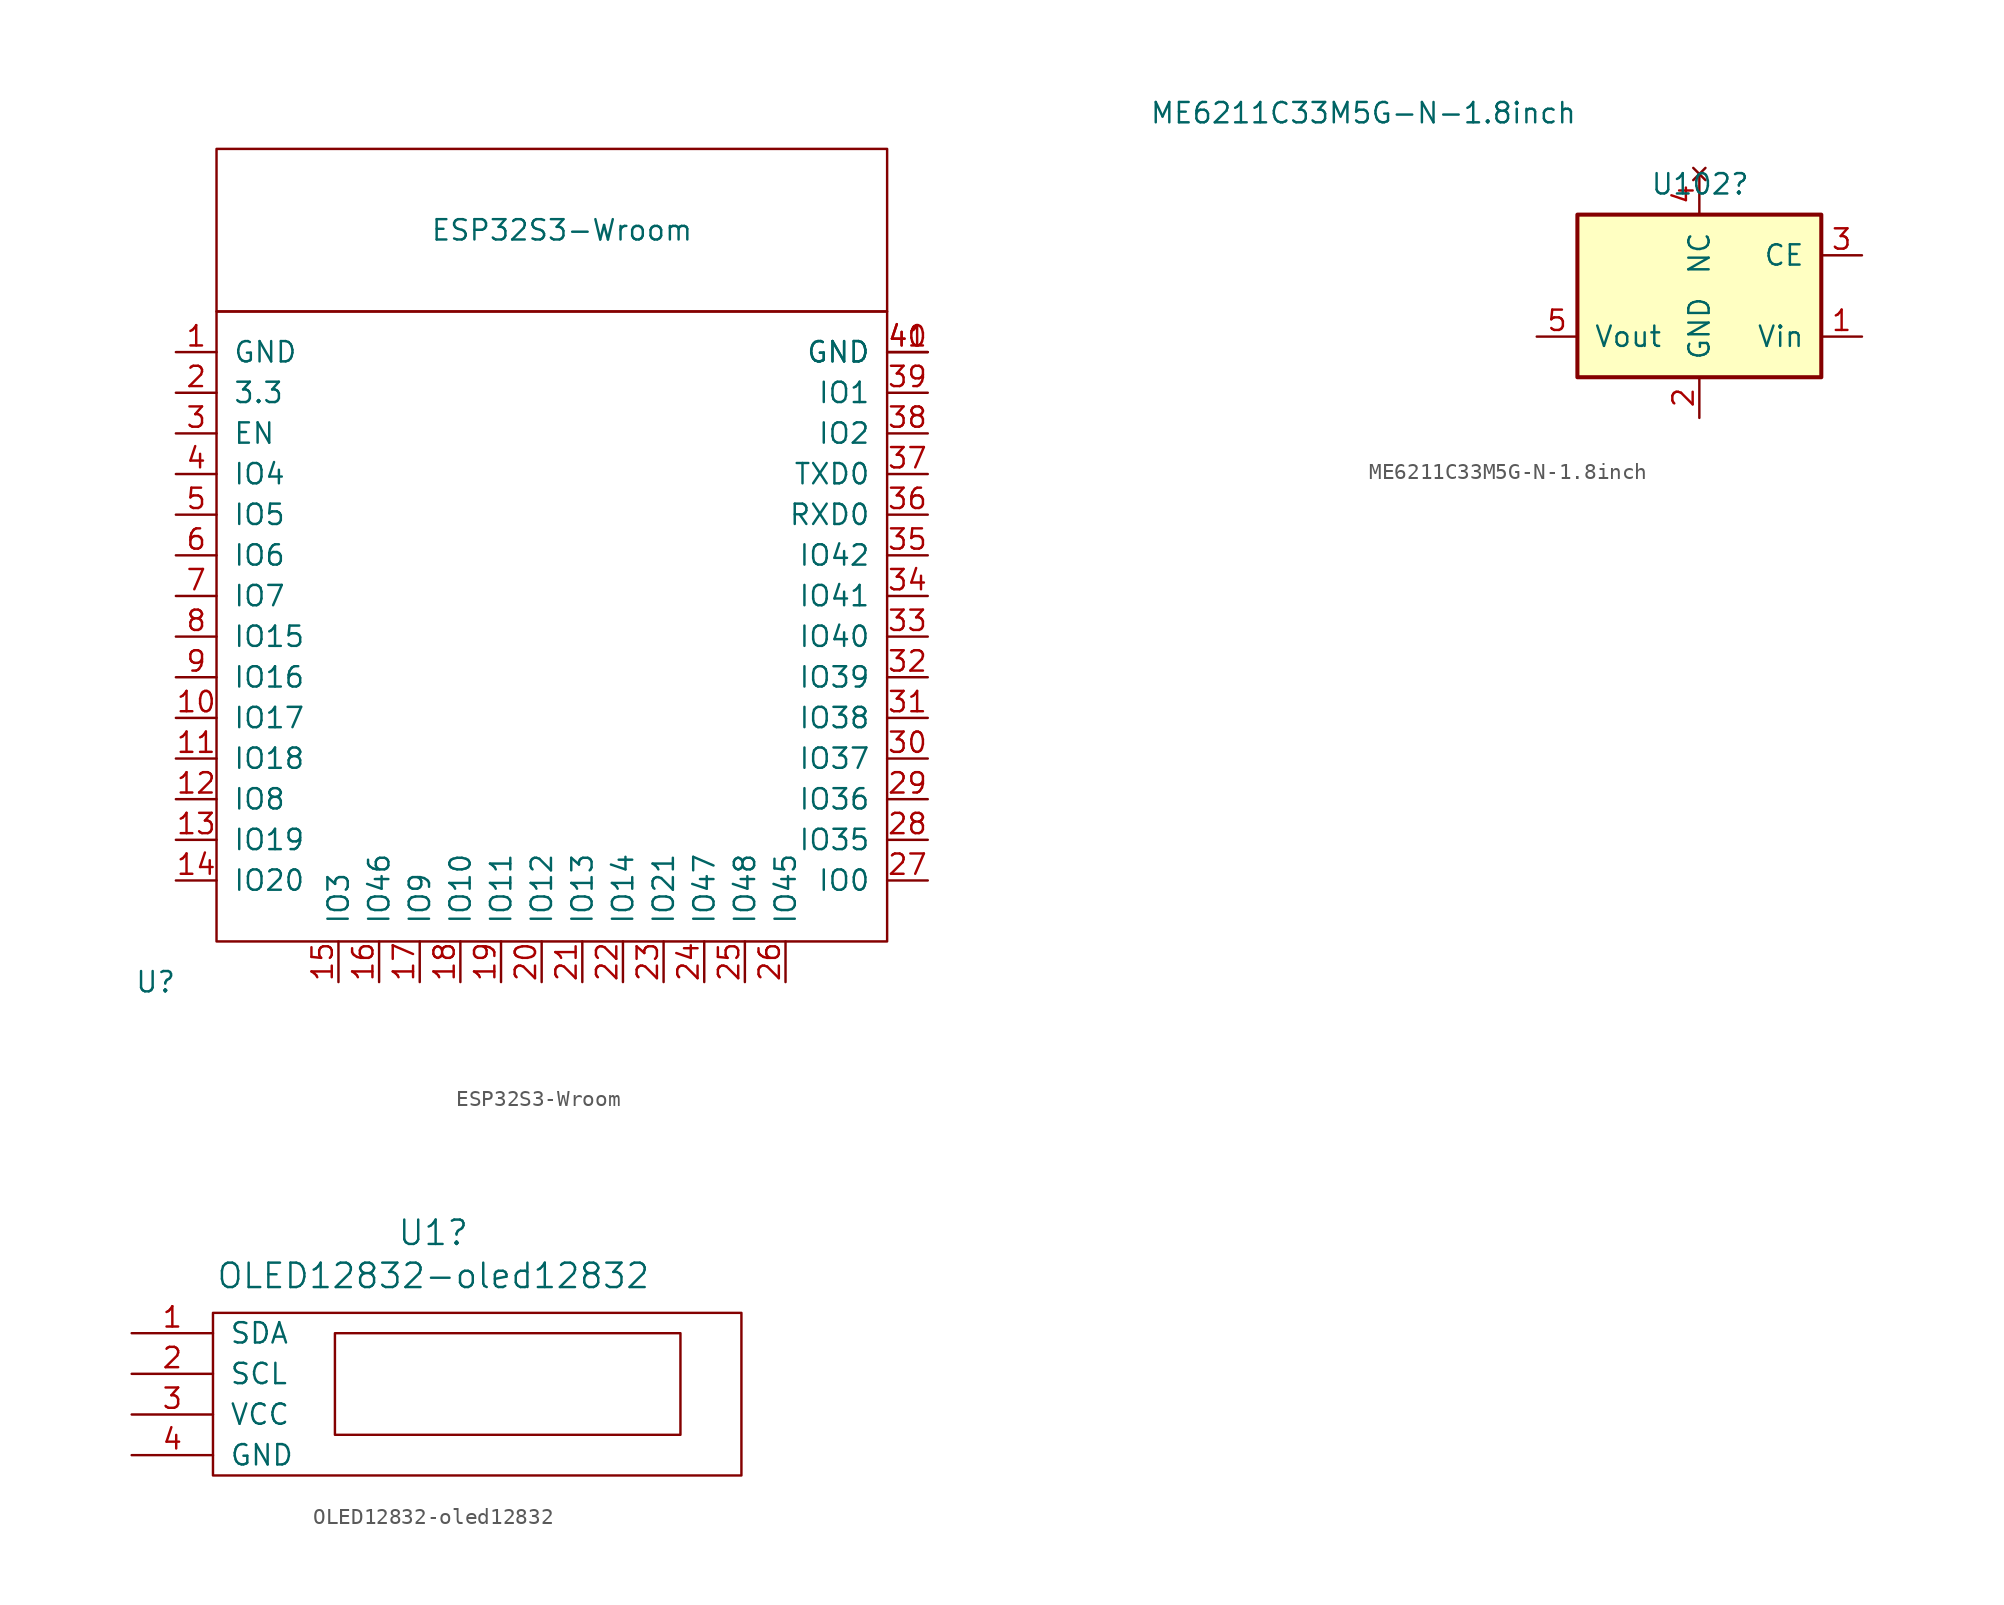
<source format=kicad_sym>
(kicad_symbol_lib
  (version 20211014)
  (generator kicad_symbol_editor)
  (symbol "ESP32S3-Wroom"
    (pin_names
      (offset 1.016))
    (property "Reference" "U"
      (at -3.81 -2.54 0)
      (effects (font (size 1.27 1.27))))
    (property "Value" "ESP32S3-Wroom"
      (at 21.59 44.45 0)
      (effects (font (size 1.27 1.27))))
    (symbol "ESP32S3-Wroom_0_1"
      (rectangle (start 0 39.37) (end 41.91 0) (stroke (width 0) (type default) (color 0 0 0 0)) (fill (type none)))
      (rectangle (start 0 39.37) (end 41.91 49.53) (stroke (width 0) (type default) (color 0 0 0 0)) (fill (type none))))
    (symbol "ESP32S3-Wroom_1_1"
      (pin power_in line (at -2.54 36.83 0) (length 2.54) (name "GND" (effects (font (size 1.27 1.27)))) (number "1" (effects (font (size 1.27 1.27)))))
      (pin bidirectional line (at -2.54 13.97 0) (length 2.54) (name "IO17" (effects (font (size 1.27 1.27)))) (number "10" (effects (font (size 1.27 1.27)))))
      (pin bidirectional line (at -2.54 11.43 0) (length 2.54) (name "IO18" (effects (font (size 1.27 1.27)))) (number "11" (effects (font (size 1.27 1.27)))))
      (pin bidirectional line (at -2.54 8.89 0) (length 2.54) (name "IO8" (effects (font (size 1.27 1.27)))) (number "12" (effects (font (size 1.27 1.27)))))
      (pin bidirectional line (at -2.54 6.35 0) (length 2.54) (name "IO19" (effects (font (size 1.27 1.27)))) (number "13" (effects (font (size 1.27 1.27)))))
      (pin bidirectional line (at -2.54 3.81 0) (length 2.54) (name "IO20" (effects (font (size 1.27 1.27)))) (number "14" (effects (font (size 1.27 1.27)))))
      (pin bidirectional line (at 7.62 -2.54 90) (length 2.54) (name "IO3" (effects (font (size 1.27 1.27)))) (number "15" (effects (font (size 1.27 1.27)))))
      (pin bidirectional line (at 10.16 -2.54 90) (length 2.54) (name "IO46" (effects (font (size 1.27 1.27)))) (number "16" (effects (font (size 1.27 1.27)))))
      (pin bidirectional line (at 12.7 -2.54 90) (length 2.54) (name "IO9" (effects (font (size 1.27 1.27)))) (number "17" (effects (font (size 1.27 1.27)))))
      (pin bidirectional line (at 15.24 -2.54 90) (length 2.54) (name "IO10" (effects (font (size 1.27 1.27)))) (number "18" (effects (font (size 1.27 1.27)))))
      (pin bidirectional line (at 17.78 -2.54 90) (length 2.54) (name "IO11" (effects (font (size 1.27 1.27)))) (number "19" (effects (font (size 1.27 1.27)))))
      (pin power_in line (at -2.54 34.29 0) (length 2.54) (name "3.3" (effects (font (size 1.27 1.27)))) (number "2" (effects (font (size 1.27 1.27)))))
      (pin bidirectional line (at 20.32 -2.54 90) (length 2.54) (name "IO12" (effects (font (size 1.27 1.27)))) (number "20" (effects (font (size 1.27 1.27)))))
      (pin bidirectional line (at 22.86 -2.54 90) (length 2.54) (name "IO13" (effects (font (size 1.27 1.27)))) (number "21" (effects (font (size 1.27 1.27)))))
      (pin bidirectional line (at 25.4 -2.54 90) (length 2.54) (name "IO14" (effects (font (size 1.27 1.27)))) (number "22" (effects (font (size 1.27 1.27)))))
      (pin bidirectional line (at 27.94 -2.54 90) (length 2.54) (name "IO21" (effects (font (size 1.27 1.27)))) (number "23" (effects (font (size 1.27 1.27)))))
      (pin bidirectional line (at 30.48 -2.54 90) (length 2.54) (name "IO47" (effects (font (size 1.27 1.27)))) (number "24" (effects (font (size 1.27 1.27)))))
      (pin bidirectional line (at 33.02 -2.54 90) (length 2.54) (name "IO48" (effects (font (size 1.27 1.27)))) (number "25" (effects (font (size 1.27 1.27)))))
      (pin bidirectional line (at 35.56 -2.54 90) (length 2.54) (name "IO45" (effects (font (size 1.27 1.27)))) (number "26" (effects (font (size 1.27 1.27)))))
      (pin bidirectional line (at 44.45 3.81 180) (length 2.54) (name "IO0" (effects (font (size 1.27 1.27)))) (number "27" (effects (font (size 1.27 1.27)))))
      (pin bidirectional line (at 44.45 6.35 180) (length 2.54) (name "IO35" (effects (font (size 1.27 1.27)))) (number "28" (effects (font (size 1.27 1.27)))))
      (pin bidirectional line (at 44.45 8.89 180) (length 2.54) (name "IO36" (effects (font (size 1.27 1.27)))) (number "29" (effects (font (size 1.27 1.27)))))
      (pin bidirectional line (at -2.54 31.75 0) (length 2.54) (name "EN" (effects (font (size 1.27 1.27)))) (number "3" (effects (font (size 1.27 1.27)))))
      (pin bidirectional line (at 44.45 11.43 180) (length 2.54) (name "IO37" (effects (font (size 1.27 1.27)))) (number "30" (effects (font (size 1.27 1.27)))))
      (pin bidirectional line (at 44.45 13.97 180) (length 2.54) (name "IO38" (effects (font (size 1.27 1.27)))) (number "31" (effects (font (size 1.27 1.27)))))
      (pin bidirectional line (at 44.45 16.51 180) (length 2.54) (name "IO39" (effects (font (size 1.27 1.27)))) (number "32" (effects (font (size 1.27 1.27)))))
      (pin bidirectional line (at 44.45 19.05 180) (length 2.54) (name "IO40" (effects (font (size 1.27 1.27)))) (number "33" (effects (font (size 1.27 1.27)))))
      (pin bidirectional line (at 44.45 21.59 180) (length 2.54) (name "IO41" (effects (font (size 1.27 1.27)))) (number "34" (effects (font (size 1.27 1.27)))))
      (pin bidirectional line (at 44.45 24.13 180) (length 2.54) (name "IO42" (effects (font (size 1.27 1.27)))) (number "35" (effects (font (size 1.27 1.27)))))
      (pin bidirectional line (at 44.45 26.67 180) (length 2.54) (name "RXD0" (effects (font (size 1.27 1.27)))) (number "36" (effects (font (size 1.27 1.27)))))
      (pin bidirectional line (at 44.45 29.21 180) (length 2.54) (name "TXD0" (effects (font (size 1.27 1.27)))) (number "37" (effects (font (size 1.27 1.27)))))
      (pin bidirectional line (at 44.45 31.75 180) (length 2.54) (name "IO2" (effects (font (size 1.27 1.27)))) (number "38" (effects (font (size 1.27 1.27)))))
      (pin bidirectional line (at 44.45 34.29 180) (length 2.54) (name "IO1" (effects (font (size 1.27 1.27)))) (number "39" (effects (font (size 1.27 1.27)))))
      (pin bidirectional line (at -2.54 29.21 0) (length 2.54) (name "IO4" (effects (font (size 1.27 1.27)))) (number "4" (effects (font (size 1.27 1.27)))))
      (pin power_in line (at 44.45 36.83 180) (length 2.54) (name "GND" (effects (font (size 1.27 1.27)))) (number "40" (effects (font (size 1.27 1.27)))))
      (pin power_in line (at 44.45 36.83 180) (length 2.54) (name "GND" (effects (font (size 1.27 1.27)))) (number "41" (effects (font (size 1.27 1.27)))))
      (pin bidirectional line (at -2.54 26.67 0) (length 2.54) (name "IO5" (effects (font (size 1.27 1.27)))) (number "5" (effects (font (size 1.27 1.27)))))
      (pin bidirectional line (at -2.54 24.13 0) (length 2.54) (name "IO6" (effects (font (size 1.27 1.27)))) (number "6" (effects (font (size 1.27 1.27)))))
      (pin bidirectional line (at -2.54 21.59 0) (length 2.54) (name "IO7" (effects (font (size 1.27 1.27)))) (number "7" (effects (font (size 1.27 1.27)))))
      (pin bidirectional line (at -2.54 19.05 0) (length 2.54) (name "IO15" (effects (font (size 1.27 1.27)))) (number "8" (effects (font (size 1.27 1.27)))))
      (pin bidirectional line (at -2.54 16.51 0) (length 2.54) (name "IO16" (effects (font (size 1.27 1.27)))) (number "9" (effects (font (size 1.27 1.27)))))))
  (symbol "ME6211C33M5G-N-1.8inch"
    (pin_names
      (offset 1.016))
    (property "Reference" "U102"
      (at 3.175 6.985 0)
      (effects (font (size 1.27 1.27)) (justify right)))
    (property "Value" "ME6211C33M5G-N-1.8inch"
      (at -7.62 11.43 0)
      (effects (font (size 1.27 1.27)) (justify right)))
    (symbol "ME6211C33M5G-N-1.8inch_0_1"
      (rectangle (start -7.62 5.08) (end 7.62 -5.08) (stroke (width 0.254) (type default) (color 0 0 0 0)) (fill (type background))))
    (symbol "ME6211C33M5G-N-1.8inch_1_1"
      (pin output line (at 10.16 -2.54 180) (length 2.54) (name "Vin" (effects (font (size 1.27 1.27)))) (number "1" (effects (font (size 1.27 1.27)))))
      (pin power_in line (at 0 -7.62 90) (length 2.54) (name "GND" (effects (font (size 1.27 1.27)))) (number "2" (effects (font (size 1.27 1.27)))))
      (pin power_out line (at 10.16 2.54 180) (length 2.54) (name "CE" (effects (font (size 1.27 1.27)))) (number "3" (effects (font (size 1.27 1.27)))))
      (pin no_connect line (at 0 7.62 270) (length 2.54) (name "NC" (effects (font (size 1.27 1.27)))) (number "4" (effects (font (size 1.27 1.27)))))
      (pin input line (at -10.16 -2.54 0) (length 2.54) (name "Vout" (effects (font (size 1.27 1.27)))) (number "5" (effects (font (size 1.27 1.27)))))))
  (symbol "OLED12832-oled12832"
    (pin_names
      (offset 1.016))
    (property "Reference" "U1"
      (at 13.767 16.434 0)
      (effects (font (size 1.524 1.524))))
    (property "Value" "OLED12832-oled12832"
      (at 13.767 13.741 0)
      (effects (font (size 1.524 1.524))))
    (symbol "OLED12832-oled12832_0_1"
      (rectangle (start 0 11.43) (end 33.02 1.27) (stroke (width 0) (type default) (color 0 0 0 0)) (fill (type none)))
      (rectangle (start 7.62 10.16) (end 29.21 3.81) (stroke (width 0) (type default) (color 0 0 0 0)) (fill (type none))))
    (symbol "OLED12832-oled12832_1_1"
      (pin bidirectional line (at -5.08 10.16 0) (length 5.08) (name "SDA" (effects (font (size 1.27 1.27)))) (number "1" (effects (font (size 1.27 1.27)))))
      (pin bidirectional line (at -5.08 7.62 0) (length 5.08) (name "SCL" (effects (font (size 1.27 1.27)))) (number "2" (effects (font (size 1.27 1.27)))))
      (pin power_in line (at -5.08 5.08 0) (length 5.08) (name "VCC" (effects (font (size 1.27 1.27)))) (number "3" (effects (font (size 1.27 1.27)))))
      (pin power_in line (at -5.08 2.54 0) (length 5.08) (name "GND" (effects (font (size 1.27 1.27)))) (number "4" (effects (font (size 1.27 1.27))))))))
</source>
